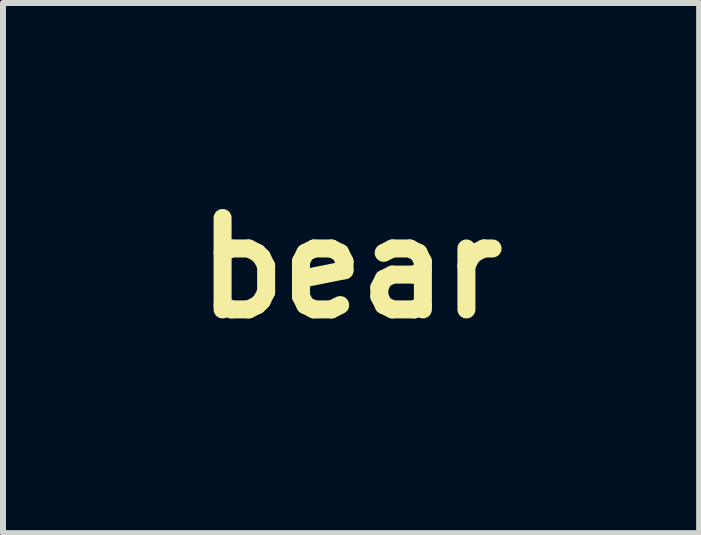
<source format=kicad_pcb>
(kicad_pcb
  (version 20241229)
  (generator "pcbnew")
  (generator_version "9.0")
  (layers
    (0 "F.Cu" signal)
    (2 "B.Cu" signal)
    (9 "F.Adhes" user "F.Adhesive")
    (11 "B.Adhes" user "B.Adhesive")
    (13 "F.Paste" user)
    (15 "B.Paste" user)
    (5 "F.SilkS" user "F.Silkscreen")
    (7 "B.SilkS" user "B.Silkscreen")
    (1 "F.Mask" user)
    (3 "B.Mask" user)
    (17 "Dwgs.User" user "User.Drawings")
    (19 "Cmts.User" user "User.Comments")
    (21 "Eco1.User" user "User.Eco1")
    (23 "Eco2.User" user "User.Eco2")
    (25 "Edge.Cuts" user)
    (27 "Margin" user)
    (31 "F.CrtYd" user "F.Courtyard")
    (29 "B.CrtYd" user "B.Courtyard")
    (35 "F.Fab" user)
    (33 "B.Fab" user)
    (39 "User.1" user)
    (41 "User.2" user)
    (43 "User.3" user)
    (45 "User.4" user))
  (footprint "bear"
    (layer "F.Cu")
    (at 2.801 1.418)
    (property "Reference" "bear" (at 0 0 0) (layer "F.SilkS") (effects (font (size 1.524 1.524) (thickness 0.3))))
    (attr through_hole)
    (fp_poly (pts (xy 0.275 -0.578) (xy 0.319 -0.573) (xy 0.36 -0.565) (xy 0.398 -0.551) (xy 0.403 -0.549) (xy 0.414 -0.544) (xy 0.423 -0.54) (xy 0.432 -0.534) (xy 0.442 -0.527) (xy 0.453 -0.519) (xy 0.466 -0.508) (xy 0.48 -0.496) (xy 0.504 -0.476) (xy 0.529 -0.46) (xy 0.555 -0.447) (xy 0.585 -0.436) (xy 0.593 -0.433) (xy 0.617 -0.425) (xy 0.637 -0.417) (xy 0.653 -0.409) (xy 0.665 -0.4) (xy 0.672 -0.394) (xy 0.679 -0.387) (xy 0.685 -0.383) (xy 0.69 -0.381) (xy 0.693 -0.381) (xy 0.702 -0.383) (xy 0.707 -0.386) (xy 0.713 -0.39) (xy 0.721 -0.393) (xy 0.723 -0.393) (xy 0.732 -0.394) (xy 0.739 -0.393) (xy 0.746 -0.389) (xy 0.754 -0.381) (xy 0.762 -0.369) (xy 0.763 -0.367) (xy 0.77 -0.358) (xy 0.776 -0.35) (xy 0.78 -0.345) (xy 0.782 -0.343) (xy 0.792 -0.341) (xy 0.803 -0.343) (xy 0.812 -0.347) (xy 0.821 -0.351) (xy 0.833 -0.353) (xy 0.844 -0.353) (xy 0.853 -0.351) (xy 0.854 -0.35) (xy 0.859 -0.345) (xy 0.864 -0.335) (xy 0.868 -0.322) (xy 0.871 -0.307) (xy 0.874 -0.288) (xy 0.894 -0.268) (xy 0.907 -0.253) (xy 0.918 -0.241) (xy 0.927 -0.23) (xy 0.934 -0.219) (xy 0.941 -0.208) (xy 0.941 -0.208) (xy 0.95 -0.191) (xy 0.946 -0.173) (xy 0.943 -0.156) (xy 0.944 -0.139) (xy 0.949 -0.121) (xy 0.957 -0.101) (xy 0.957 -0.1) (xy 0.97 -0.081) (xy 0.986 -0.062) (xy 1.006 -0.045) (xy 1.018 -0.037) (xy 1.027 -0.031) (xy 1.033 -0.026) (xy 1.036 -0.02) (xy 1.037 -0.018) (xy 1.038 -0.005) (xy 1.035 0.008) (xy 1.027 0.021) (xy 1.018 0.031) (xy 1.006 0.041) (xy 0.994 0.048) (xy 0.979 0.052) (xy 0.961 0.054) (xy 0.958 0.054) (xy 0.949 0.054) (xy 0.941 0.052) (xy 0.933 0.05) (xy 0.924 0.045) (xy 0.912 0.037) (xy 0.908 0.035) (xy 0.901 0.029) (xy 0.895 0.026) (xy 0.889 0.025) (xy 0.881 0.024) (xy 0.874 0.024) (xy 0.864 0.024) (xy 0.856 0.025) (xy 0.851 0.026) (xy 0.851 0.027) (xy 0.852 0.029) (xy 0.855 0.035) (xy 0.861 0.042) (xy 0.868 0.05) (xy 0.876 0.058) (xy 0.883 0.066) (xy 0.89 0.072) (xy 0.895 0.076) (xy 0.896 0.076) (xy 0.901 0.078) (xy 0.907 0.082) (xy 0.911 0.086) (xy 0.918 0.093) (xy 0.921 0.097) (xy 0.92 0.101) (xy 0.916 0.109) (xy 0.908 0.119) (xy 0.898 0.128) (xy 0.896 0.13) (xy 0.89 0.134) (xy 0.885 0.136) (xy 0.879 0.137) (xy 0.87 0.137) (xy 0.867 0.136) (xy 0.845 0.133) (xy 0.822 0.124) (xy 0.808 0.116) (xy 0.802 0.112) (xy 0.792 0.107) (xy 0.779 0.102) (xy 0.765 0.096) (xy 0.754 0.092) (xy 0.739 0.085) (xy 0.72 0.078) (xy 0.7 0.069) (xy 0.679 0.061) (xy 0.66 0.052) (xy 0.659 0.052) (xy 0.638 0.043) (xy 0.618 0.035) (xy 0.598 0.027) (xy 0.581 0.021) (xy 0.571 0.018) (xy 0.557 0.014) (xy 0.545 0.011) (xy 0.535 0.009) (xy 0.523 0.008) (xy 0.51 0.007) (xy 0.499 0.007) (xy 0.46 0.005) (xy 0.462 0.012) (xy 0.464 0.016) (xy 0.466 0.024) (xy 0.47 0.036) (xy 0.474 0.05) (xy 0.479 0.067) (xy 0.483 0.081) (xy 0.492 0.111) (xy 0.5 0.137) (xy 0.508 0.16) (xy 0.515 0.179) (xy 0.521 0.193) (xy 0.526 0.202) (xy 0.531 0.209) (xy 0.54 0.218) (xy 0.549 0.228) (xy 0.56 0.237) (xy 0.569 0.244) (xy 0.571 0.245) (xy 0.577 0.25) (xy 0.584 0.258) (xy 0.594 0.268) (xy 0.604 0.28) (xy 0.615 0.293) (xy 0.625 0.306) (xy 0.633 0.318) (xy 0.639 0.326) (xy 0.644 0.333) (xy 0.648 0.339) (xy 0.65 0.341) (xy 0.653 0.343) (xy 0.66 0.345) (xy 0.67 0.348) (xy 0.677 0.349) (xy 0.703 0.357) (xy 0.729 0.369) (xy 0.755 0.383) (xy 0.767 0.39) (xy 0.778 0.397) (xy 0.79 0.403) (xy 0.8 0.408) (xy 0.805 0.41) (xy 0.816 0.416) (xy 0.824 0.423) (xy 0.828 0.43) (xy 0.828 0.432) (xy 0.827 0.435) (xy 0.825 0.437) (xy 0.819 0.436) (xy 0.812 0.434) (xy 0.804 0.432) (xy 0.801 0.433) (xy 0.801 0.436) (xy 0.803 0.439) (xy 0.805 0.444) (xy 0.805 0.446) (xy 0.802 0.446) (xy 0.796 0.445) (xy 0.787 0.443) (xy 0.787 0.443) (xy 0.77 0.44) (xy 0.775 0.45) (xy 0.778 0.457) (xy 0.778 0.461) (xy 0.778 0.462) (xy 0.775 0.462) (xy 0.768 0.461) (xy 0.76 0.458) (xy 0.757 0.457) (xy 0.748 0.453) (xy 0.741 0.451) (xy 0.735 0.45) (xy 0.728 0.45) (xy 0.718 0.451) (xy 0.712 0.452) (xy 0.701 0.453) (xy 0.686 0.454) (xy 0.669 0.455) (xy 0.652 0.456) (xy 0.644 0.456) (xy 0.625 0.457) (xy 0.609 0.457) (xy 0.595 0.455) (xy 0.582 0.453) (xy 0.568 0.45) (xy 0.551 0.445) (xy 0.533 0.439) (xy 0.516 0.433) (xy 0.502 0.427) (xy 0.488 0.421) (xy 0.475 0.413) (xy 0.46 0.403) (xy 0.444 0.391) (xy 0.432 0.382) (xy 0.408 0.364) (xy 0.388 0.347) (xy 0.37 0.333) (xy 0.356 0.32) (xy 0.343 0.309) (xy 0.332 0.297) (xy 0.322 0.286) (xy 0.313 0.274) (xy 0.303 0.261) (xy 0.299 0.256) (xy 0.288 0.24) (xy 0.274 0.225) (xy 0.259 0.209) (xy 0.24 0.191) (xy 0.22 0.173) (xy 0.209 0.163) (xy 0.2 0.157) (xy 0.193 0.153) (xy 0.187 0.153) (xy 0.182 0.153) (xy 0.175 0.157) (xy 0.165 0.164) (xy 0.153 0.174) (xy 0.14 0.187) (xy 0.127 0.201) (xy 0.116 0.212) (xy 0.105 0.222) (xy 0.093 0.232) (xy 0.079 0.242) (xy 0.074 0.245) (xy 0.057 0.256) (xy 0.045 0.265) (xy 0.037 0.273) (xy 0.031 0.279) (xy 0.028 0.286) (xy 0.028 0.292) (xy 0.028 0.295) (xy 0.028 0.297) (xy 0.029 0.298) (xy 0.03 0.3) (xy 0.034 0.301) (xy 0.04 0.304) (xy 0.05 0.308) (xy 0.06 0.312) (xy 0.092 0.328) (xy 0.121 0.347) (xy 0.147 0.371) (xy 0.151 0.375) (xy 0.167 0.393) (xy 0.161 0.396) (xy 0.156 0.401) (xy 0.155 0.407) (xy 0.154 0.412) (xy 0.152 0.414) (xy 0.148 0.41) (xy 0.147 0.41) (xy 0.143 0.407) (xy 0.14 0.408) (xy 0.138 0.41) (xy 0.135 0.412) (xy 0.132 0.412) (xy 0.127 0.408) (xy 0.122 0.406) (xy 0.116 0.404) (xy 0.108 0.405) (xy 0.105 0.405) (xy 0.091 0.406) (xy 0.075 0.407) (xy 0.057 0.408) (xy 0.039 0.408) (xy 0.021 0.408) (xy 0.005 0.408) (xy -0.008 0.408) (xy -0.018 0.407) (xy -0.022 0.406) (xy -0.029 0.404) (xy -0.035 0.402) (xy -0.041 0.398) (xy -0.049 0.391) (xy -0.053 0.386) (xy -0.062 0.377) (xy -0.072 0.365) (xy -0.082 0.352) (xy -0.087 0.344) (xy -0.096 0.332) (xy -0.105 0.319) (xy -0.113 0.307) (xy -0.118 0.301) (xy -0.125 0.292) (xy -0.13 0.284) (xy -0.133 0.276) (xy -0.136 0.266) (xy -0.138 0.259) (xy -0.14 0.247) (xy -0.141 0.239) (xy -0.142 0.232) (xy -0.141 0.226) (xy -0.14 0.224) (xy -0.137 0.215) (xy -0.132 0.204) (xy -0.126 0.19) (xy -0.119 0.175) (xy -0.112 0.161) (xy -0.106 0.149) (xy -0.1 0.139) (xy -0.097 0.135) (xy -0.091 0.126) (xy -0.09 0.12) (xy -0.092 0.117) (xy -0.098 0.115) (xy -0.1 0.115) (xy -0.109 0.115) (xy -0.122 0.115) (xy -0.135 0.117) (xy -0.149 0.119) (xy -0.161 0.121) (xy -0.17 0.123) (xy -0.171 0.123) (xy -0.177 0.125) (xy -0.187 0.127) (xy -0.198 0.129) (xy -0.211 0.131) (xy -0.222 0.133) (xy -0.231 0.134) (xy -0.235 0.135) (xy -0.235 0.137) (xy -0.236 0.144) (xy -0.236 0.154) (xy -0.235 0.166) (xy -0.235 0.188) (xy -0.235 0.215) (xy -0.237 0.246) (xy -0.238 0.25) (xy -0.239 0.276) (xy -0.24 0.298) (xy -0.24 0.315) (xy -0.239 0.328) (xy -0.237 0.337) (xy -0.236 0.339) (xy -0.232 0.341) (xy -0.223 0.341) (xy -0.21 0.341) (xy -0.198 0.341) (xy -0.187 0.341) (xy -0.177 0.342) (xy -0.166 0.345) (xy -0.153 0.348) (xy -0.14 0.352) (xy -0.128 0.357) (xy -0.117 0.362) (xy -0.107 0.37) (xy -0.102 0.374) (xy -0.091 0.384) (xy -0.082 0.395) (xy -0.078 0.401) (xy -0.071 0.414) (xy -0.083 0.413) (xy -0.095 0.411) (xy -0.091 0.417) (xy -0.088 0.422) (xy -0.088 0.424) (xy -0.091 0.425) (xy -0.095 0.428) (xy -0.097 0.432) (xy -0.097 0.435) (xy -0.099 0.436) (xy -0.101 0.437) (xy -0.106 0.438) (xy -0.113 0.438) (xy -0.125 0.437) (xy -0.137 0.437) (xy -0.146 0.437) (xy -0.158 0.437) (xy -0.173 0.438) (xy -0.19 0.44) (xy -0.207 0.442) (xy -0.211 0.442) (xy -0.229 0.444) (xy -0.243 0.445) (xy -0.254 0.446) (xy -0.263 0.447) (xy -0.271 0.447) (xy -0.28 0.446) (xy -0.29 0.445) (xy -0.302 0.444) (xy -0.317 0.442) (xy -0.329 0.44) (xy -0.338 0.438) (xy -0.346 0.435) (xy -0.354 0.432) (xy -0.36 0.429) (xy -0.381 0.419) (xy -0.414 0.378) (xy -0.436 0.35) (xy -0.46 0.323) (xy -0.485 0.298) (xy -0.508 0.277) (xy -0.515 0.271) (xy -0.522 0.265) (xy -0.532 0.257) (xy -0.545 0.247) (xy -0.558 0.236) (xy -0.571 0.225) (xy -0.583 0.215) (xy -0.593 0.207) (xy -0.602 0.2) (xy -0.608 0.195) (xy -0.61 0.193) (xy -0.611 0.193) (xy -0.613 0.197) (xy -0.618 0.204) (xy -0.623 0.213) (xy -0.628 0.222) (xy -0.633 0.229) (xy -0.635 0.234) (xy -0.642 0.245) (xy -0.652 0.256) (xy -0.663 0.268) (xy -0.674 0.277) (xy -0.675 0.277) (xy -0.684 0.283) (xy -0.697 0.288) (xy -0.712 0.294) (xy -0.731 0.3) (xy -0.755 0.307) (xy -0.776 0.313) (xy -0.798 0.319) (xy -0.815 0.324) (xy -0.829 0.328) (xy -0.838 0.332) (xy -0.844 0.335) (xy -0.848 0.338) (xy -0.848 0.341) (xy -0.847 0.344) (xy -0.844 0.347) (xy -0.837 0.35) (xy -0.826 0.352) (xy -0.822 0.353) (xy -0.805 0.356) (xy -0.791 0.36) (xy -0.779 0.364) (xy -0.768 0.371) (xy -0.758 0.378) (xy -0.74 0.391) (xy -0.726 0.404) (xy -0.715 0.414) (xy -0.708 0.423) (xy -0.706 0.429) (xy -0.705 0.434) (xy -0.707 0.436) (xy -0.711 0.437) (xy -0.719 0.435) (xy -0.722 0.435) (xy -0.728 0.433) (xy -0.731 0.434) (xy -0.73 0.436) (xy -0.73 0.436) (xy -0.727 0.444) (xy -0.727 0.448) (xy -0.729 0.449) (xy -0.733 0.448) (xy -0.741 0.446) (xy -0.746 0.444) (xy -0.75 0.443) (xy -0.751 0.445) (xy -0.75 0.45) (xy -0.749 0.455) (xy -0.751 0.457) (xy -0.753 0.456) (xy -0.757 0.455) (xy -0.765 0.453) (xy -0.775 0.451) (xy -0.779 0.451) (xy -0.79 0.449) (xy -0.798 0.448) (xy -0.806 0.448) (xy -0.815 0.449) (xy -0.827 0.451) (xy -0.827 0.451) (xy -0.843 0.453) (xy -0.856 0.454) (xy -0.868 0.454) (xy -0.88 0.452) (xy -0.892 0.449) (xy -0.907 0.443) (xy -0.926 0.436) (xy -0.927 0.435) (xy -0.944 0.428) (xy -0.958 0.421) (xy -0.969 0.415) (xy -0.978 0.41) (xy -0.985 0.404) (xy -0.995 0.395) (xy -1.002 0.388) (xy -1.006 0.38) (xy -1.007 0.37) (xy -1.007 0.358) (xy -1.006 0.346) (xy -1.004 0.332) (xy -1.001 0.319) (xy -0.997 0.308) (xy -0.992 0.295) (xy -0.984 0.28) (xy -0.978 0.269) (xy -0.972 0.257) (xy -0.966 0.243) (xy -0.961 0.228) (xy -0.96 0.225) (xy -0.957 0.213) (xy -0.953 0.201) (xy -0.95 0.192) (xy -0.948 0.188) (xy -0.945 0.181) (xy -0.941 0.171) (xy -0.937 0.158) (xy -0.932 0.145) (xy -0.932 0.145) (xy -0.928 0.133) (xy -0.925 0.124) (xy -0.923 0.116) (xy -0.922 0.108) (xy -0.921 0.099) (xy -0.92 0.087) (xy -0.919 0.072) (xy -0.919 0.067) (xy -0.919 0.049) (xy -0.918 0.029) (xy -0.917 0.009) (xy -0.917 -0.008) (xy -0.917 -0.015) (xy -0.917 -0.036) (xy -0.915 -0.053) (xy -0.913 -0.067) (xy -0.909 -0.079) (xy -0.904 -0.091) (xy -0.899 -0.1) (xy -0.889 -0.117) (xy -0.894 -0.126) (xy -0.899 -0.132) (xy -0.905 -0.138) (xy -0.906 -0.138) (xy -0.912 -0.145) (xy -0.915 -0.156) (xy -0.916 -0.169) (xy -0.915 -0.176) (xy -0.914 -0.181) (xy -0.912 -0.186) (xy -0.909 -0.192) (xy -0.904 -0.2) (xy -0.898 -0.21) (xy -0.89 -0.222) (xy -0.88 -0.237) (xy -0.867 -0.256) (xy -0.866 -0.258) (xy -0.82 -0.325) (xy -0.775 -0.367) (xy -0.762 -0.38) (xy -0.748 -0.393) (xy -0.735 -0.405) (xy -0.724 -0.415) (xy -0.716 -0.422) (xy -0.713 -0.425) (xy -0.68 -0.45) (xy -0.644 -0.472) (xy -0.603 -0.491) (xy -0.558 -0.508) (xy -0.509 -0.522) (xy -0.456 -0.533) (xy -0.399 -0.542) (xy -0.361 -0.546) (xy -0.343 -0.548) (xy -0.325 -0.548) (xy -0.307 -0.548) (xy -0.287 -0.547) (xy -0.265 -0.545) (xy -0.241 -0.542) (xy -0.213 -0.538) (xy -0.183 -0.533) (xy -0.148 -0.527) (xy -0.124 -0.523) (xy -0.099 -0.518) (xy -0.078 -0.515) (xy -0.061 -0.512) (xy -0.047 -0.51) (xy -0.035 -0.51) (xy -0.03 -0.509) (xy -0.006 -0.509) (xy 0.049 -0.534) (xy 0.074 -0.545) (xy 0.094 -0.553) (xy 0.112 -0.56) (xy 0.128 -0.566) (xy 0.144 -0.57) (xy 0.159 -0.573) (xy 0.176 -0.575) (xy 0.195 -0.577) (xy 0.216 -0.578) (xy 0.229 -0.578) (xy 0.275 -0.578)) (stroke (width 0.01) (type solid)) (fill yes) (layer "F.Mask")))
  (gr_rect
    (start -3 -3)
    (end 8.603 5.836)
    (stroke (width 0.1) (type default))
    (fill no)
    (layer "Edge.Cuts")))
</source>
